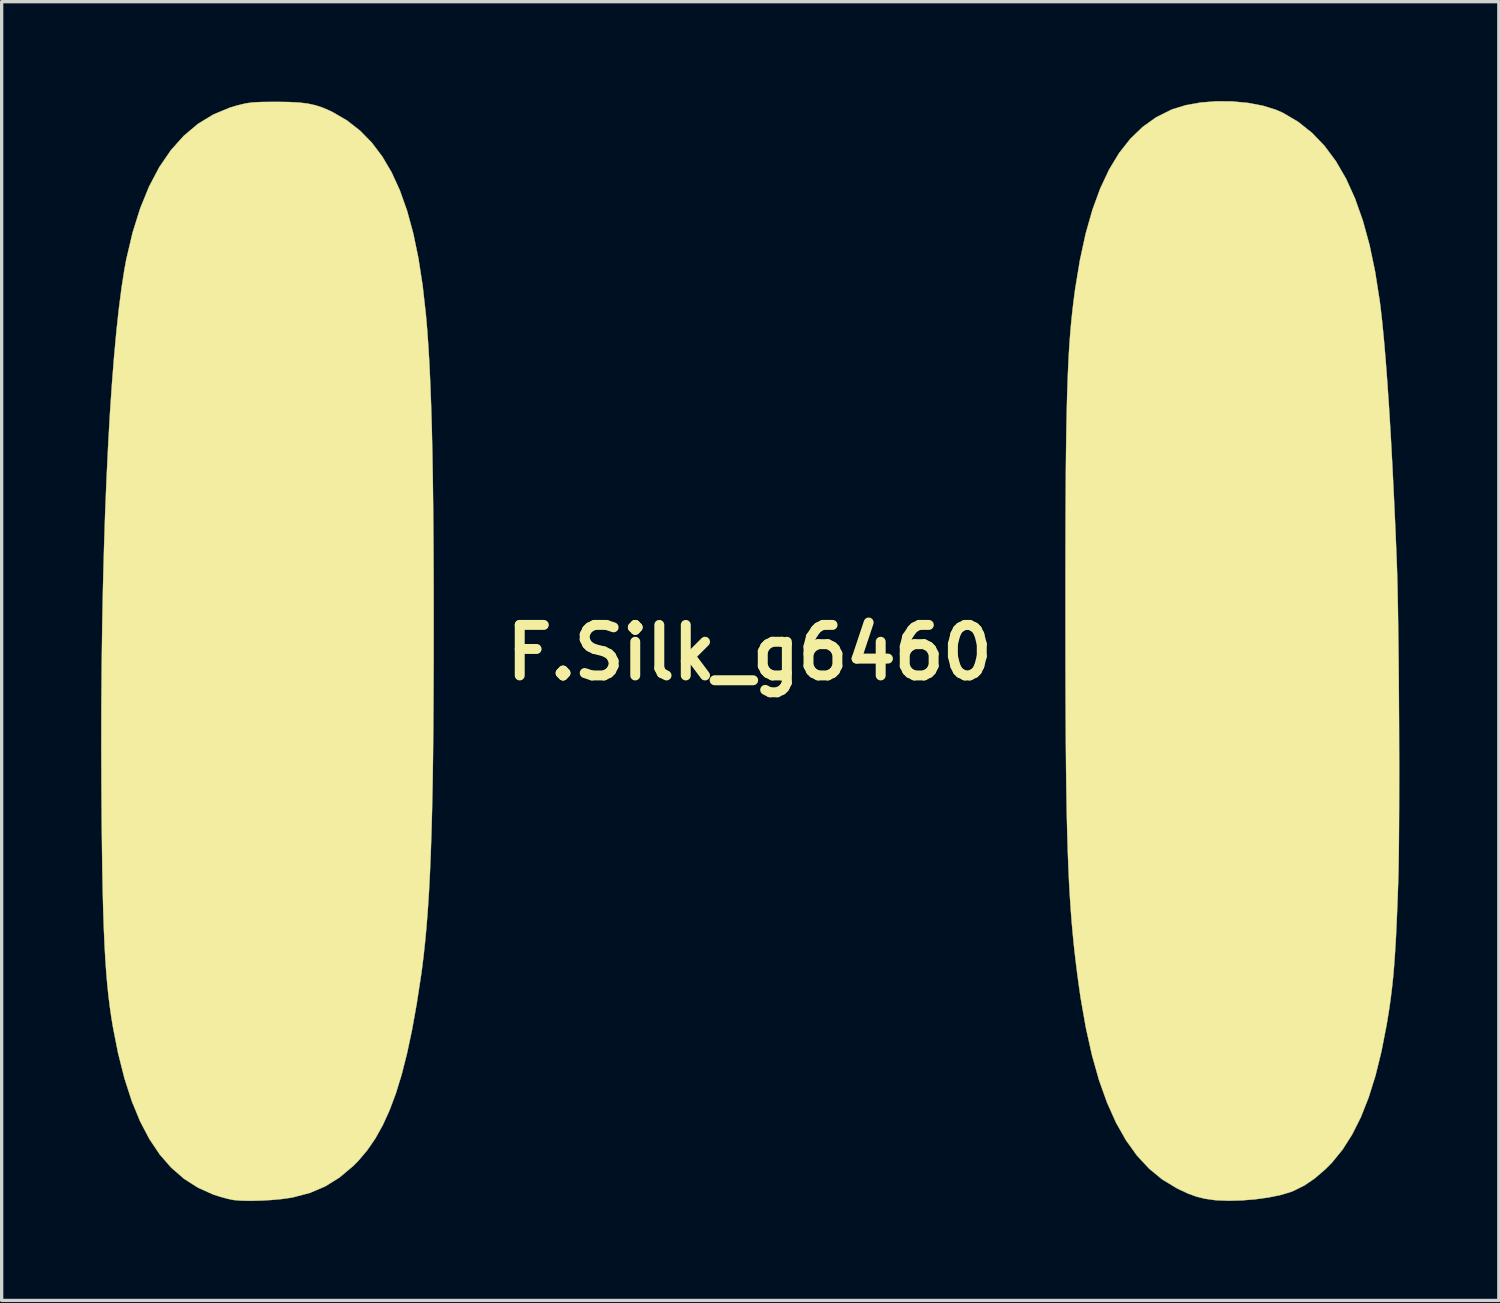
<source format=kicad_pcb>
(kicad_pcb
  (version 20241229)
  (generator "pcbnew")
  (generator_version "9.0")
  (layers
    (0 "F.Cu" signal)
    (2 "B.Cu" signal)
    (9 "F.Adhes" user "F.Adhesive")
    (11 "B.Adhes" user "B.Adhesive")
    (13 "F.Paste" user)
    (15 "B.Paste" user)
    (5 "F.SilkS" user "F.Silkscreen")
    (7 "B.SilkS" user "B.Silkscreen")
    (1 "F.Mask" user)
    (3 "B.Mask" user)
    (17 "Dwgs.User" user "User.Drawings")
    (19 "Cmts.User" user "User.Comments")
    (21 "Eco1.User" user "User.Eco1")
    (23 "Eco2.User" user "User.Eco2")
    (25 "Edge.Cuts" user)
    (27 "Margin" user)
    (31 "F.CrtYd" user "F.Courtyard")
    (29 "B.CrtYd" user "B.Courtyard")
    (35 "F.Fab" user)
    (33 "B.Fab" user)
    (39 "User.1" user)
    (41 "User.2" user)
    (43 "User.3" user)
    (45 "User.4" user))
  (footprint "F.Silk_g6460"
    (layer "F.Cu")
    (at 19.555 16.631)
    (property "Reference" "F.Silk_g6460" (at 0 0 0) (layer "F.SilkS") (effects (font (size 1.524 1.524) (thickness 0.3))))
    (attr through_hole)
    (fp_poly (pts (xy -13.891 -16.604) (xy -13.582 -16.588) (xy -13.321 -16.556) (xy -13.091 -16.506) (xy -12.873 -16.434) (xy -12.649 -16.337) (xy -12.567 -16.296) (xy -12.138 -16.046) (xy -11.747 -15.741) (xy -11.394 -15.381) (xy -11.077 -14.962) (xy -10.794 -14.482) (xy -10.545 -13.937) (xy -10.328 -13.325) (xy -10.142 -12.644) (xy -9.986 -11.89) (xy -9.858 -11.061) (xy -9.76 -10.181) (xy -9.721 -9.728) (xy -9.686 -9.235) (xy -9.655 -8.699) (xy -9.628 -8.115) (xy -9.604 -7.479) (xy -9.583 -6.788) (xy -9.566 -6.038) (xy -9.552 -5.224) (xy -9.541 -4.342) (xy -9.533 -3.389) (xy -9.528 -2.361) (xy -9.526 -1.253) (xy -9.526 -0.889) (xy -9.527 0.231) (xy -9.531 1.271) (xy -9.537 2.236) (xy -9.546 3.129) (xy -9.558 3.956) (xy -9.574 4.721) (xy -9.593 5.428) (xy -9.615 6.082) (xy -9.641 6.687) (xy -9.67 7.249) (xy -9.704 7.77) (xy -9.742 8.257) (xy -9.784 8.713) (xy -9.83 9.143) (xy -9.881 9.552) (xy -9.907 9.738) (xy -10.039 10.598) (xy -10.179 11.379) (xy -10.329 12.084) (xy -10.49 12.72) (xy -10.665 13.29) (xy -10.855 13.799) (xy -11.062 14.253) (xy -11.287 14.656) (xy -11.533 15.013) (xy -11.8 15.329) (xy -11.955 15.484) (xy -12.364 15.828) (xy -12.792 16.095) (xy -13.253 16.292) (xy -13.761 16.426) (xy -13.861 16.445) (xy -14.119 16.481) (xy -14.417 16.508) (xy -14.73 16.526) (xy -15.036 16.533) (xy -15.311 16.529) (xy -15.531 16.512) (xy -15.57 16.507) (xy -15.743 16.471) (xy -15.952 16.414) (xy -16.156 16.349) (xy -16.179 16.341) (xy -16.634 16.137) (xy -17.053 15.87) (xy -17.436 15.538) (xy -17.784 15.14) (xy -18.098 14.673) (xy -18.38 14.135) (xy -18.631 13.525) (xy -18.852 12.84) (xy -19.044 12.079) (xy -19.195 11.313) (xy -19.246 11.007) (xy -19.291 10.694) (xy -19.332 10.368) (xy -19.368 10.022) (xy -19.4 9.652) (xy -19.428 9.25) (xy -19.452 8.811) (xy -19.473 8.329) (xy -19.491 7.799) (xy -19.506 7.213) (xy -19.519 6.567) (xy -19.529 5.854) (xy -19.538 5.069) (xy -19.545 4.205) (xy -19.545 4.17) (xy -19.55 2.892) (xy -19.548 1.634) (xy -19.538 0.4) (xy -19.522 -0.804) (xy -19.499 -1.976) (xy -19.469 -3.111) (xy -19.434 -4.205) (xy -19.391 -5.254) (xy -19.343 -6.254) (xy -19.29 -7.201) (xy -19.23 -8.091) (xy -19.165 -8.919) (xy -19.095 -9.682) (xy -19.02 -10.375) (xy -18.94 -10.994) (xy -18.856 -11.536) (xy -18.797 -11.855) (xy -18.607 -12.664) (xy -18.377 -13.398) (xy -18.108 -14.057) (xy -17.8 -14.641) (xy -17.452 -15.15) (xy -17.064 -15.584) (xy -16.637 -15.944) (xy -16.171 -16.228) (xy -15.665 -16.438) (xy -15.464 -16.497) (xy -15.306 -16.537) (xy -15.167 -16.567) (xy -15.027 -16.587) (xy -14.868 -16.599) (xy -14.671 -16.606) (xy -14.417 -16.608) (xy -14.266 -16.609) (xy -13.891 -16.604)) (stroke (width 0.01) (type solid)) (fill yes) (layer "F.SilkS"))
    (fp_poly (pts (xy 14.56 -16.622) (xy 15.033 -16.577) (xy 15.479 -16.493) (xy 15.879 -16.369) (xy 16.09 -16.275) (xy 16.547 -16.005) (xy 16.964 -15.673) (xy 17.342 -15.279) (xy 17.684 -14.819) (xy 17.989 -14.293) (xy 18.259 -13.697) (xy 18.495 -13.031) (xy 18.698 -12.292) (xy 18.868 -11.478) (xy 19.007 -10.587) (xy 19.027 -10.435) (xy 19.079 -9.979) (xy 19.131 -9.443) (xy 19.183 -8.829) (xy 19.235 -8.142) (xy 19.286 -7.386) (xy 19.336 -6.565) (xy 19.384 -5.681) (xy 19.431 -4.741) (xy 19.477 -3.746) (xy 19.519 -2.731) (xy 19.53 -2.394) (xy 19.541 -1.984) (xy 19.551 -1.511) (xy 19.559 -0.984) (xy 19.567 -0.412) (xy 19.574 0.196) (xy 19.58 0.83) (xy 19.584 1.481) (xy 19.588 2.141) (xy 19.59 2.799) (xy 19.592 3.447) (xy 19.591 4.075) (xy 19.59 4.674) (xy 19.587 5.235) (xy 19.583 5.748) (xy 19.578 6.205) (xy 19.571 6.596) (xy 19.562 6.912) (xy 19.562 6.921) (xy 19.54 7.55) (xy 19.517 8.103) (xy 19.494 8.593) (xy 19.468 9.029) (xy 19.441 9.422) (xy 19.41 9.782) (xy 19.374 10.119) (xy 19.334 10.444) (xy 19.288 10.767) (xy 19.234 11.099) (xy 19.216 11.21) (xy 19.058 12.024) (xy 18.877 12.759) (xy 18.67 13.419) (xy 18.437 14.008) (xy 18.176 14.529) (xy 17.886 14.986) (xy 17.564 15.382) (xy 17.363 15.584) (xy 17.044 15.858) (xy 16.736 16.068) (xy 16.419 16.227) (xy 16.287 16.278) (xy 15.995 16.363) (xy 15.642 16.434) (xy 15.253 16.487) (xy 14.85 16.52) (xy 14.458 16.531) (xy 14.1 16.518) (xy 13.996 16.508) (xy 13.725 16.468) (xy 13.48 16.407) (xy 13.231 16.317) (xy 12.951 16.187) (xy 12.869 16.145) (xy 12.441 15.885) (xy 12.046 15.559) (xy 11.683 15.167) (xy 11.352 14.706) (xy 11.052 14.175) (xy 10.782 13.572) (xy 10.54 12.895) (xy 10.328 12.144) (xy 10.143 11.315) (xy 9.984 10.409) (xy 9.933 10.054) (xy 9.882 9.678) (xy 9.836 9.307) (xy 9.793 8.937) (xy 9.755 8.562) (xy 9.72 8.178) (xy 9.689 7.78) (xy 9.661 7.362) (xy 9.636 6.92) (xy 9.615 6.45) (xy 9.596 5.945) (xy 9.58 5.402) (xy 9.566 4.816) (xy 9.555 4.18) (xy 9.546 3.492) (xy 9.539 2.745) (xy 9.534 1.935) (xy 9.53 1.057) (xy 9.528 0.106) (xy 9.527 -0.923) (xy 9.527 -1.355) (xy 9.527 -2.345) (xy 9.529 -3.255) (xy 9.531 -4.089) (xy 9.535 -4.854) (xy 9.54 -5.553) (xy 9.547 -6.192) (xy 9.556 -6.775) (xy 9.567 -7.306) (xy 9.579 -7.792) (xy 9.594 -8.236) (xy 9.611 -8.643) (xy 9.63 -9.018) (xy 9.652 -9.367) (xy 9.677 -9.693) (xy 9.705 -10.001) (xy 9.736 -10.297) (xy 9.77 -10.585) (xy 9.807 -10.871) (xy 9.82 -10.967) (xy 9.964 -11.84) (xy 10.137 -12.636) (xy 10.341 -13.355) (xy 10.577 -13.999) (xy 10.845 -14.569) (xy 11.147 -15.067) (xy 11.483 -15.494) (xy 11.853 -15.851) (xy 12.259 -16.141) (xy 12.701 -16.363) (xy 12.764 -16.389) (xy 13.161 -16.51) (xy 13.605 -16.589) (xy 14.078 -16.626) (xy 14.56 -16.622)) (stroke (width 0.01) (type solid)) (fill yes) (layer "F.SilkS")))
  (gr_rect
    (start -3 -3)
    (end 42.152 36.169)
    (stroke (width 0.1) (type default))
    (fill no)
    (layer "Edge.Cuts")))
</source>
